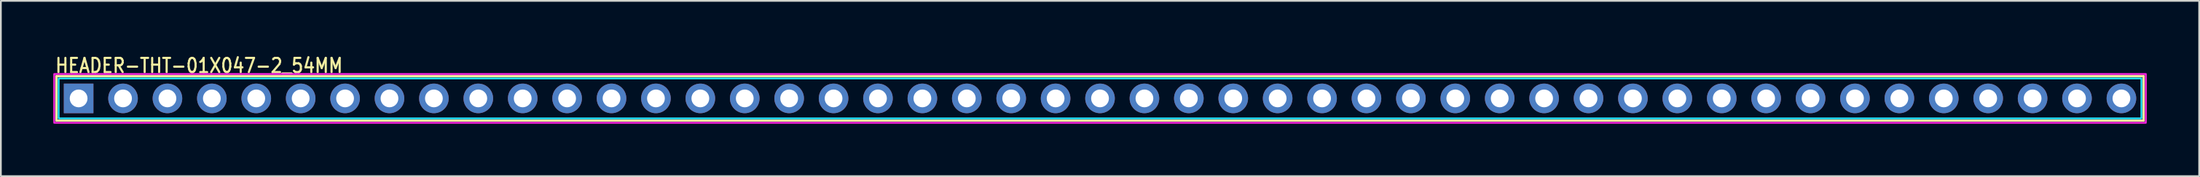
<source format=kicad_pcb>
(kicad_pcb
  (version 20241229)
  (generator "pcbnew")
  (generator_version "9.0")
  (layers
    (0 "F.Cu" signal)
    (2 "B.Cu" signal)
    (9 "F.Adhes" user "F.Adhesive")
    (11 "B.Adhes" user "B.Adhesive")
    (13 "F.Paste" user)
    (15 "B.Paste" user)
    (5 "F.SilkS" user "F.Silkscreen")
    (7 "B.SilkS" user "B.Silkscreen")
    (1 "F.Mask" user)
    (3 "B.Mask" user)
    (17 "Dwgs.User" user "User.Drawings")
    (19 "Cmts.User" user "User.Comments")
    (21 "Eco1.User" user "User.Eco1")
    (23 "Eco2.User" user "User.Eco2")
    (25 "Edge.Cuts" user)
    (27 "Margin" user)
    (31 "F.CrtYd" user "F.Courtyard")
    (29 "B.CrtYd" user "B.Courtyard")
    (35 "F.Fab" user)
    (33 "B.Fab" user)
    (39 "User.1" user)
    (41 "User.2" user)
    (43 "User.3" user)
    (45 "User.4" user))
  (footprint "HEADER-THT-01X047-2_54MM"
    (layer "F.Cu")
    (at 1.447 2.579)
    (property "Reference" "HEADER-THT-01X047-2_54MM" (at -1.4 -1.4 0) (unlocked yes) (layer "F.SilkS") (effects (font (size 0.813 0.695) (thickness 0.122)) (justify left bottom)))
    (fp_line (start -1.27 -1.27) (end -1.27 1.27) (stroke (width 0.127) (type solid)) (layer "F.SilkS"))
    (fp_line (start -1.27 1.27) (end 118.11 1.27) (stroke (width 0.127) (type solid)) (layer "F.SilkS"))
    (fp_line (start 118.11 -1.27) (end -1.27 -1.27) (stroke (width 0.127) (type solid)) (layer "F.SilkS"))
    (fp_line (start 118.11 1.27) (end 118.11 -1.27) (stroke (width 0.127) (type solid)) (layer "F.SilkS"))
    (fp_poly (pts (xy -1.143 -1.143) (xy 117.983 -1.143) (xy 117.983 1.143) (xy -1.143 1.143)) (stroke (width 0.1) (type solid)) (fill no) (layer "B.CrtYd"))
    (fp_poly (pts (xy -1.397 -1.397) (xy 118.237 -1.397) (xy 118.237 1.397) (xy -1.397 1.397)) (stroke (width 0.1) (type solid)) (fill no) (layer "F.CrtYd"))
    (pad "1" thru_hole rect (at 0 0) (size 1.693 1.693) (drill 1.016) (layers "*.Cu" "*.Mask"))
    (pad "2" thru_hole oval (at 2.54 0) (size 1.693 1.693) (drill 1.016) (layers "*.Cu" "*.Mask"))
    (pad "3" thru_hole oval (at 5.08 0) (size 1.693 1.693) (drill 1.016) (layers "*.Cu" "*.Mask"))
    (pad "4" thru_hole oval (at 7.62 0) (size 1.693 1.693) (drill 1.016) (layers "*.Cu" "*.Mask"))
    (pad "5" thru_hole oval (at 10.16 0) (size 1.693 1.693) (drill 1.016) (layers "*.Cu" "*.Mask"))
    (pad "6" thru_hole oval (at 12.7 0) (size 1.693 1.693) (drill 1.016) (layers "*.Cu" "*.Mask"))
    (pad "7" thru_hole oval (at 15.24 0) (size 1.693 1.693) (drill 1.016) (layers "*.Cu" "*.Mask"))
    (pad "8" thru_hole oval (at 17.78 0) (size 1.693 1.693) (drill 1.016) (layers "*.Cu" "*.Mask"))
    (pad "9" thru_hole oval (at 20.32 0) (size 1.693 1.693) (drill 1.016) (layers "*.Cu" "*.Mask"))
    (pad "10" thru_hole oval (at 22.86 0) (size 1.693 1.693) (drill 1.016) (layers "*.Cu" "*.Mask"))
    (pad "11" thru_hole oval (at 25.4 0) (size 1.693 1.693) (drill 1.016) (layers "*.Cu" "*.Mask"))
    (pad "12" thru_hole oval (at 27.94 0) (size 1.693 1.693) (drill 1.016) (layers "*.Cu" "*.Mask"))
    (pad "13" thru_hole oval (at 30.48 0) (size 1.693 1.693) (drill 1.016) (layers "*.Cu" "*.Mask"))
    (pad "14" thru_hole oval (at 33.02 0) (size 1.693 1.693) (drill 1.016) (layers "*.Cu" "*.Mask"))
    (pad "15" thru_hole oval (at 35.56 0) (size 1.693 1.693) (drill 1.016) (layers "*.Cu" "*.Mask"))
    (pad "16" thru_hole oval (at 38.1 0) (size 1.693 1.693) (drill 1.016) (layers "*.Cu" "*.Mask"))
    (pad "17" thru_hole oval (at 40.64 0) (size 1.693 1.693) (drill 1.016) (layers "*.Cu" "*.Mask"))
    (pad "18" thru_hole oval (at 43.18 0) (size 1.693 1.693) (drill 1.016) (layers "*.Cu" "*.Mask"))
    (pad "19" thru_hole oval (at 45.72 0) (size 1.693 1.693) (drill 1.016) (layers "*.Cu" "*.Mask"))
    (pad "20" thru_hole oval (at 48.26 0) (size 1.693 1.693) (drill 1.016) (layers "*.Cu" "*.Mask"))
    (pad "21" thru_hole oval (at 50.8 0) (size 1.693 1.693) (drill 1.016) (layers "*.Cu" "*.Mask"))
    (pad "22" thru_hole oval (at 53.34 0) (size 1.693 1.693) (drill 1.016) (layers "*.Cu" "*.Mask"))
    (pad "23" thru_hole oval (at 55.88 0) (size 1.693 1.693) (drill 1.016) (layers "*.Cu" "*.Mask"))
    (pad "24" thru_hole oval (at 58.42 0) (size 1.693 1.693) (drill 1.016) (layers "*.Cu" "*.Mask"))
    (pad "25" thru_hole oval (at 60.96 0) (size 1.693 1.693) (drill 1.016) (layers "*.Cu" "*.Mask"))
    (pad "26" thru_hole oval (at 63.5 0) (size 1.693 1.693) (drill 1.016) (layers "*.Cu" "*.Mask"))
    (pad "27" thru_hole oval (at 66.04 0) (size 1.693 1.693) (drill 1.016) (layers "*.Cu" "*.Mask"))
    (pad "28" thru_hole oval (at 68.58 0) (size 1.693 1.693) (drill 1.016) (layers "*.Cu" "*.Mask"))
    (pad "29" thru_hole oval (at 71.12 0) (size 1.693 1.693) (drill 1.016) (layers "*.Cu" "*.Mask"))
    (pad "30" thru_hole oval (at 73.66 0) (size 1.693 1.693) (drill 1.016) (layers "*.Cu" "*.Mask"))
    (pad "31" thru_hole oval (at 76.2 0) (size 1.693 1.693) (drill 1.016) (layers "*.Cu" "*.Mask"))
    (pad "32" thru_hole oval (at 78.74 0) (size 1.693 1.693) (drill 1.016) (layers "*.Cu" "*.Mask"))
    (pad "33" thru_hole oval (at 81.28 0) (size 1.693 1.693) (drill 1.016) (layers "*.Cu" "*.Mask"))
    (pad "34" thru_hole oval (at 83.82 0) (size 1.693 1.693) (drill 1.016) (layers "*.Cu" "*.Mask"))
    (pad "35" thru_hole oval (at 86.36 0) (size 1.693 1.693) (drill 1.016) (layers "*.Cu" "*.Mask"))
    (pad "36" thru_hole oval (at 88.9 0) (size 1.693 1.693) (drill 1.016) (layers "*.Cu" "*.Mask"))
    (pad "37" thru_hole oval (at 91.44 0) (size 1.693 1.693) (drill 1.016) (layers "*.Cu" "*.Mask"))
    (pad "38" thru_hole oval (at 93.98 0) (size 1.693 1.693) (drill 1.016) (layers "*.Cu" "*.Mask"))
    (pad "39" thru_hole oval (at 96.52 0) (size 1.693 1.693) (drill 1.016) (layers "*.Cu" "*.Mask"))
    (pad "40" thru_hole oval (at 99.06 0) (size 1.693 1.693) (drill 1.016) (layers "*.Cu" "*.Mask"))
    (pad "41" thru_hole oval (at 101.6 0) (size 1.693 1.693) (drill 1.016) (layers "*.Cu" "*.Mask"))
    (pad "42" thru_hole oval (at 104.14 0) (size 1.693 1.693) (drill 1.016) (layers "*.Cu" "*.Mask"))
    (pad "43" thru_hole oval (at 106.68 0) (size 1.693 1.693) (drill 1.016) (layers "*.Cu" "*.Mask"))
    (pad "44" thru_hole oval (at 109.22 0) (size 1.693 1.693) (drill 1.016) (layers "*.Cu" "*.Mask"))
    (pad "45" thru_hole oval (at 111.76 0) (size 1.693 1.693) (drill 1.016) (layers "*.Cu" "*.Mask"))
    (pad "46" thru_hole oval (at 114.3 0) (size 1.693 1.693) (drill 1.016) (layers "*.Cu" "*.Mask"))
    (pad "47" thru_hole oval (at 116.84 0) (size 1.693 1.693) (drill 1.016) (layers "*.Cu" "*.Mask")))
  (gr_rect
    (start -3 -3)
    (end 122.734 7.026)
    (stroke (width 0.1) (type default))
    (fill no)
    (layer "Edge.Cuts")))
</source>
